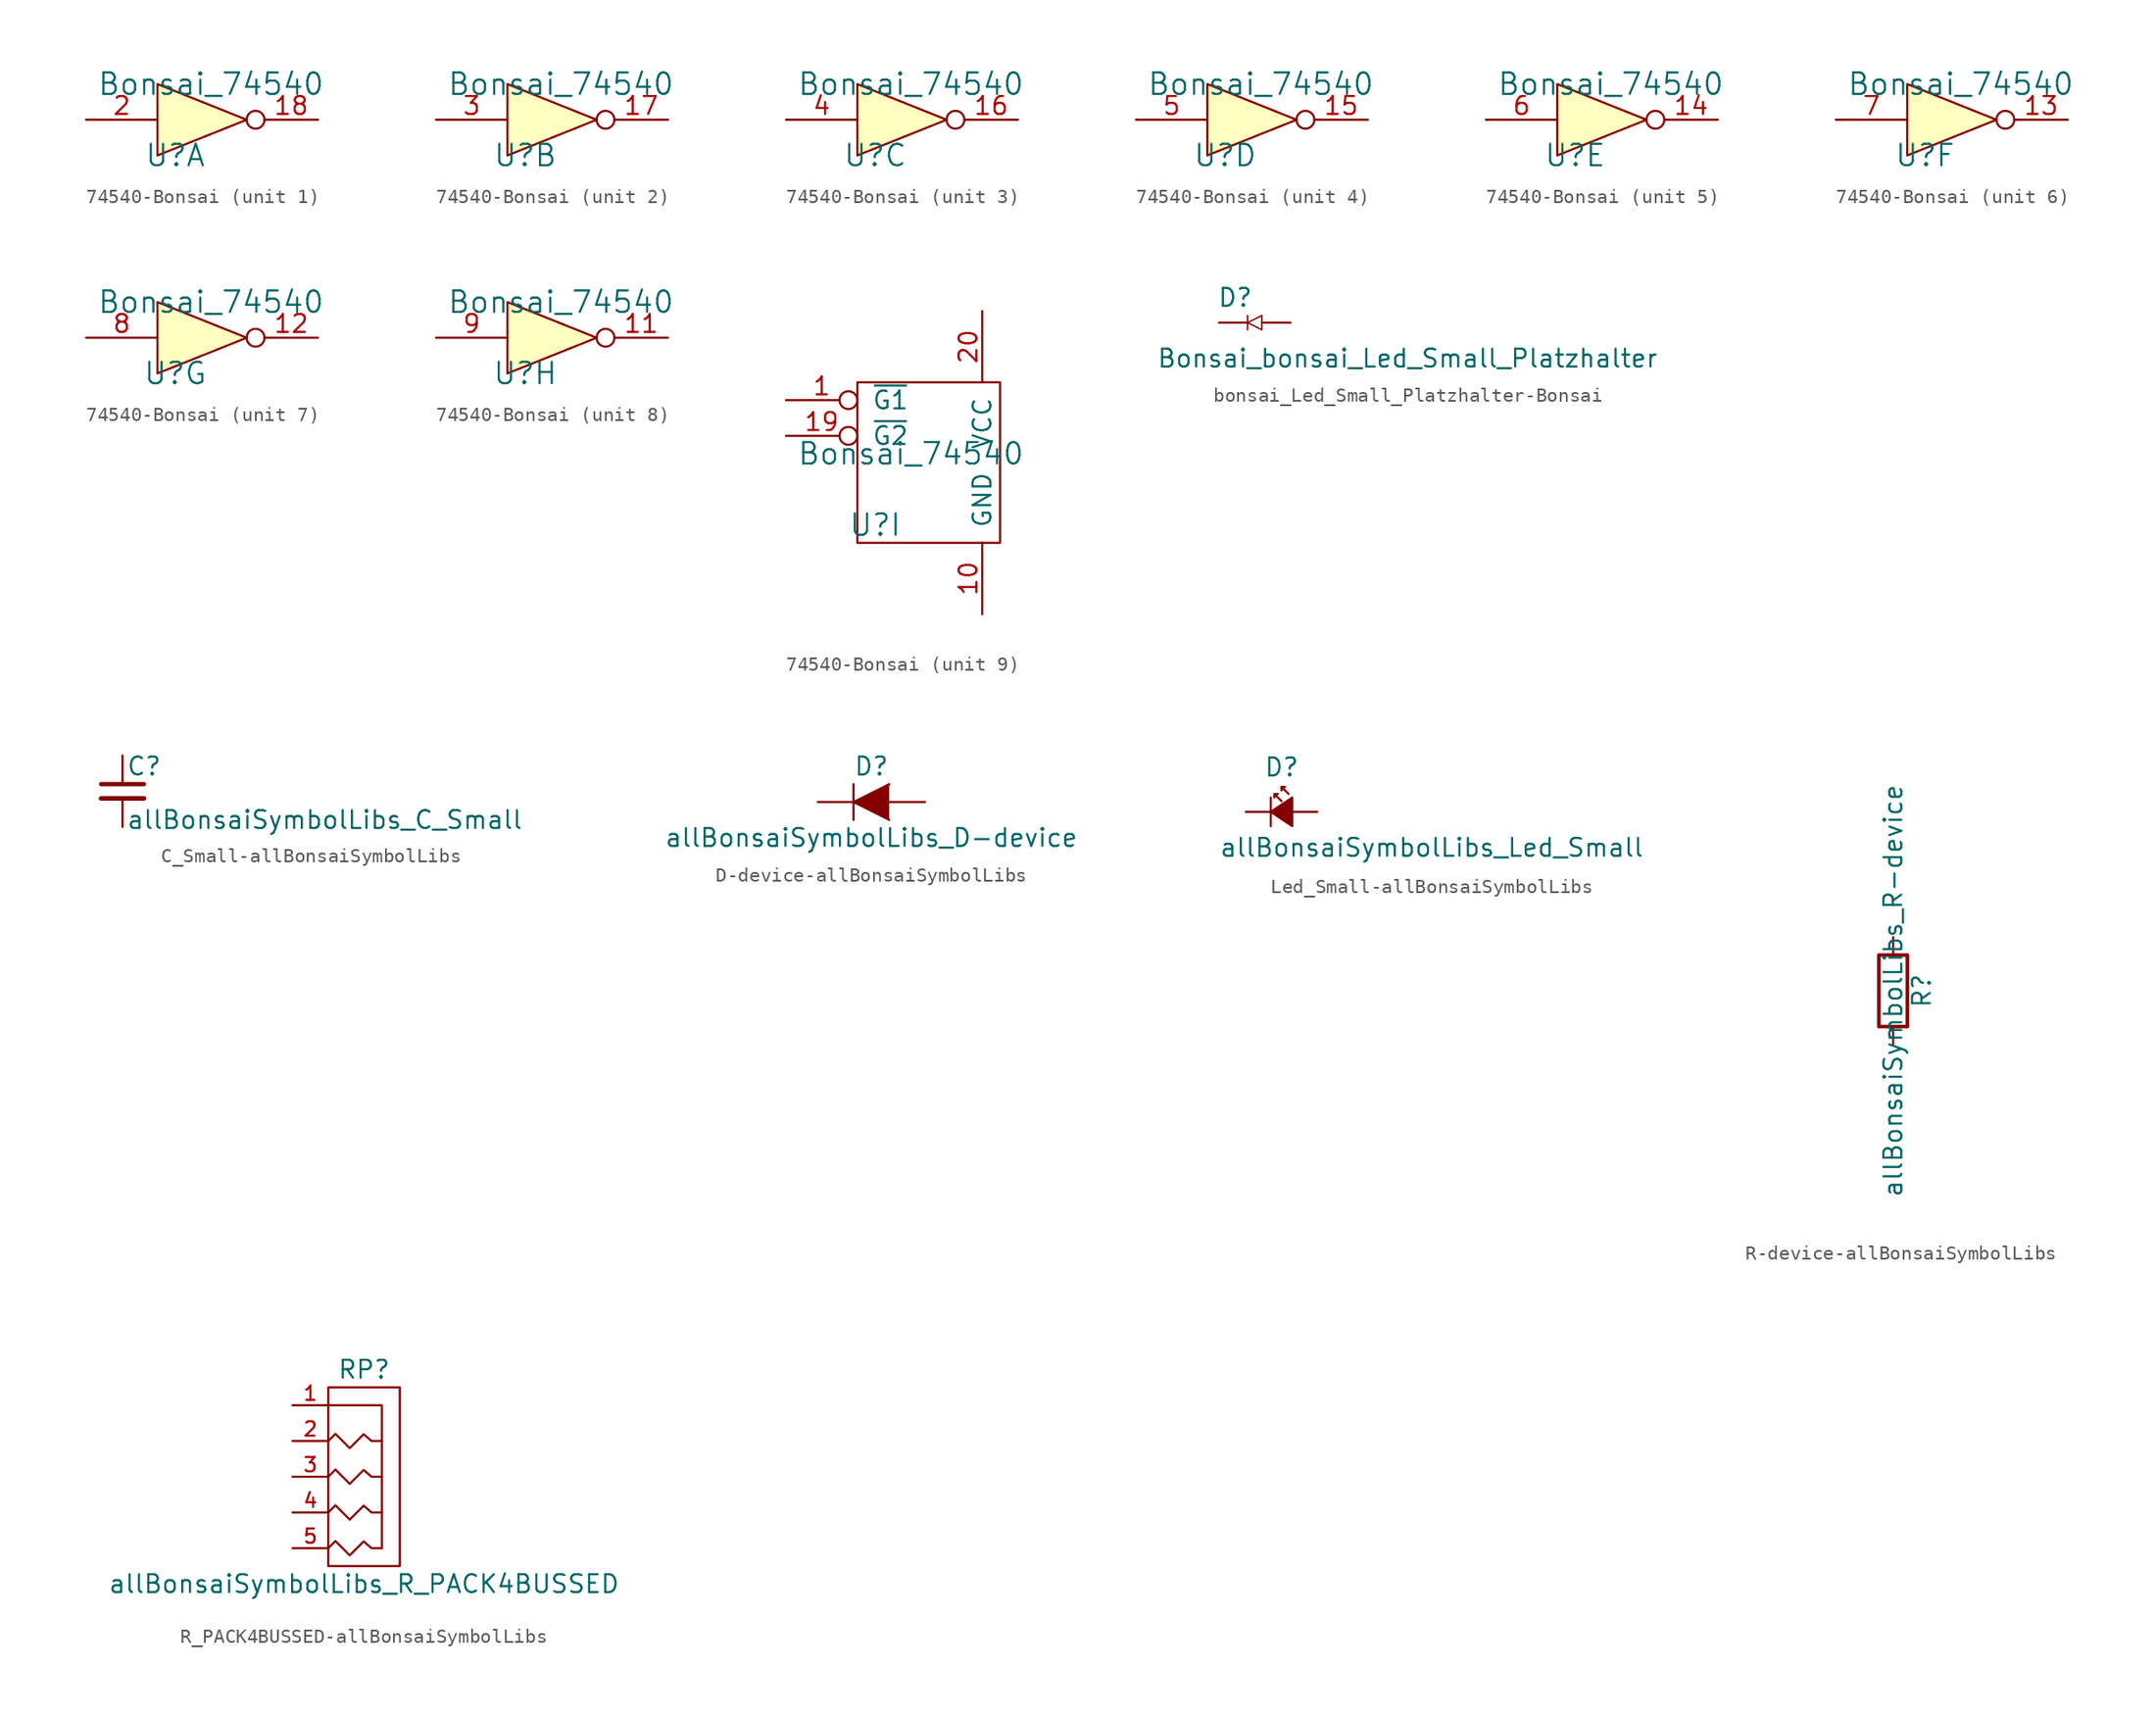
<source format=kicad_sym>
(kicad_symbol_lib
  (version 20220914)
  (generator kicad_symbol_editor)
  (symbol "74540-Bonsai"
    (pin_names
      (offset 1.016))
    (property "Reference" "U"
      (at -2.54 -2.54 0)
      (effects (font (size 1.524 1.524))))
    (property "Value" "Bonsai_74540"
      (at 0 2.54 0)
      (effects (font (size 1.524 1.524))))
    (property "ki_locked" ""
      (at 0 0 0)
      (effects (font (size 1.27 1.27))))
    (symbol "74540-Bonsai_1_1"
      (polyline (pts (xy -3.81 2.54) (xy -3.81 -2.54) (xy 2.54 0) (xy -3.81 2.54)) (stroke (width 0) (type solid)) (fill (type background)))
      (circle (center 3.175 0) (radius 0.635) (stroke (width 0) (type solid)) (fill (type none)))
      (pin output line (at 7.62 0 180) (length 3.81) (name "~" (effects (font (size 1.27 1.27)))) (number "18" (effects (font (size 1.27 1.27)))))
      (pin input line (at -8.89 0 0) (length 5.08) (name "~" (effects (font (size 1.27 1.27)))) (number "2" (effects (font (size 1.27 1.27))))))
    (symbol "74540-Bonsai_2_1"
      (polyline (pts (xy -3.81 2.54) (xy -3.81 -2.54) (xy 2.54 0) (xy -3.81 2.54)) (stroke (width 0) (type solid)) (fill (type background)))
      (circle (center 3.175 0) (radius 0.635) (stroke (width 0) (type solid)) (fill (type none)))
      (pin output line (at 7.62 0 180) (length 3.81) (name "~" (effects (font (size 1.27 1.27)))) (number "17" (effects (font (size 1.27 1.27)))))
      (pin input line (at -8.89 0 0) (length 5.08) (name "~" (effects (font (size 1.27 1.27)))) (number "3" (effects (font (size 1.27 1.27))))))
    (symbol "74540-Bonsai_3_1"
      (polyline (pts (xy -3.81 2.54) (xy -3.81 -2.54) (xy 2.54 0) (xy -3.81 2.54)) (stroke (width 0) (type solid)) (fill (type background)))
      (circle (center 3.175 0) (radius 0.635) (stroke (width 0) (type solid)) (fill (type none)))
      (pin output line (at 7.62 0 180) (length 3.81) (name "~" (effects (font (size 1.27 1.27)))) (number "16" (effects (font (size 1.27 1.27)))))
      (pin input line (at -8.89 0 0) (length 5.08) (name "~" (effects (font (size 1.27 1.27)))) (number "4" (effects (font (size 1.27 1.27))))))
    (symbol "74540-Bonsai_4_1"
      (polyline (pts (xy -3.81 2.54) (xy -3.81 -2.54) (xy 2.54 0) (xy -3.81 2.54)) (stroke (width 0) (type solid)) (fill (type background)))
      (circle (center 3.175 0) (radius 0.635) (stroke (width 0) (type solid)) (fill (type none)))
      (pin output line (at 7.62 0 180) (length 3.81) (name "~" (effects (font (size 1.27 1.27)))) (number "15" (effects (font (size 1.27 1.27)))))
      (pin input line (at -8.89 0 0) (length 5.08) (name "~" (effects (font (size 1.27 1.27)))) (number "5" (effects (font (size 1.27 1.27))))))
    (symbol "74540-Bonsai_5_1"
      (polyline (pts (xy -3.81 2.54) (xy -3.81 -2.54) (xy 2.54 0) (xy -3.81 2.54)) (stroke (width 0) (type solid)) (fill (type background)))
      (circle (center 3.175 0) (radius 0.635) (stroke (width 0) (type solid)) (fill (type none)))
      (pin output line (at 7.62 0 180) (length 3.81) (name "~" (effects (font (size 1.27 1.27)))) (number "14" (effects (font (size 1.27 1.27)))))
      (pin input line (at -8.89 0 0) (length 5.08) (name "~" (effects (font (size 1.27 1.27)))) (number "6" (effects (font (size 1.27 1.27))))))
    (symbol "74540-Bonsai_6_1"
      (polyline (pts (xy -3.81 2.54) (xy -3.81 -2.54) (xy 2.54 0) (xy -3.81 2.54)) (stroke (width 0) (type solid)) (fill (type background)))
      (circle (center 3.175 0) (radius 0.635) (stroke (width 0) (type solid)) (fill (type none)))
      (pin output line (at 7.62 0 180) (length 3.81) (name "~" (effects (font (size 1.27 1.27)))) (number "13" (effects (font (size 1.27 1.27)))))
      (pin input line (at -8.89 0 0) (length 5.08) (name "~" (effects (font (size 1.27 1.27)))) (number "7" (effects (font (size 1.27 1.27))))))
    (symbol "74540-Bonsai_7_1"
      (polyline (pts (xy -3.81 2.54) (xy -3.81 -2.54) (xy 2.54 0) (xy -3.81 2.54)) (stroke (width 0) (type solid)) (fill (type background)))
      (circle (center 3.175 0) (radius 0.635) (stroke (width 0) (type solid)) (fill (type none)))
      (pin output line (at 7.62 0 180) (length 3.81) (name "~" (effects (font (size 1.27 1.27)))) (number "12" (effects (font (size 1.27 1.27)))))
      (pin input line (at -8.89 0 0) (length 5.08) (name "~" (effects (font (size 1.27 1.27)))) (number "8" (effects (font (size 1.27 1.27))))))
    (symbol "74540-Bonsai_8_1"
      (polyline (pts (xy -3.81 2.54) (xy -3.81 -2.54) (xy 2.54 0) (xy -3.81 2.54)) (stroke (width 0) (type solid)) (fill (type background)))
      (circle (center 3.175 0) (radius 0.635) (stroke (width 0) (type solid)) (fill (type none)))
      (pin output line (at 7.62 0 180) (length 3.81) (name "~" (effects (font (size 1.27 1.27)))) (number "11" (effects (font (size 1.27 1.27)))))
      (pin input line (at -8.89 0 0) (length 5.08) (name "~" (effects (font (size 1.27 1.27)))) (number "9" (effects (font (size 1.27 1.27))))))
    (symbol "74540-Bonsai_9_0"
      (pin input inverted (at -8.89 6.35 0) (length 5.08) (name "~{G1}" (effects (font (size 1.27 1.27)))) (number "1" (effects (font (size 1.27 1.27)))))
      (pin power_in line (at 5.08 -8.89 90) (length 5.08) (name "GND" (effects (font (size 1.27 1.27)))) (number "10" (effects (font (size 1.27 1.27)))))
      (pin input inverted (at -8.89 3.81 0) (length 5.08) (name "~{G2}" (effects (font (size 1.27 1.27)))) (number "19" (effects (font (size 1.27 1.27)))))
      (pin power_in line (at 5.08 12.7 270) (length 5.08) (name "VCC" (effects (font (size 1.27 1.27)))) (number "20" (effects (font (size 1.27 1.27))))))
    (symbol "74540-Bonsai_9_1"
      (polyline (pts (xy -3.81 7.62) (xy 6.35 7.62) (xy 6.35 -3.81) (xy -3.81 -3.81) (xy -3.81 7.62)) (stroke (width 0) (type solid)) (fill (type none)))))
  (symbol "bonsai_Led_Small_Platzhalter-Bonsai"
    (pin_numbers hide)
    (pin_names
      (offset 0.254) hide)
    (property "Reference" "D"
      (at -0.127 1.778 0)
      (effects (font (size 1.27 1.27)) (justify left)))
    (property "Value" "Bonsai_bonsai_Led_Small_Platzhalter"
      (at -4.445 -2.54 0)
      (effects (font (size 1.27 1.27)) (justify left)))
    (property "Footprint" ""
      (at 3.937 0 90)
      (effects (font (size 1.524 1.524))))
    (property "Datasheet" ""
      (at 3.937 0 90)
      (effects (font (size 1.524 1.524))))
    (symbol "bonsai_Led_Small_Platzhalter-Bonsai_0_1"
      (polyline (pts (xy 2.032 0.508) (xy 2.032 -0.508)) (stroke (width 0.102) (type solid)) (fill (type none)))
      (polyline (pts (xy 2.032 0) (xy 3.048 0.508) (xy 3.048 -0.508) (xy 2.032 0)) (stroke (width 0.102) (type solid)) (fill (type none))))
    (symbol "bonsai_Led_Small_Platzhalter-Bonsai_1_1"
      (pin passive line (at 0 0 0) (length 2.032) (name "K" (effects (font (size 1.016 1.016)))) (number "1" (effects (font (size 1.016 1.016)))))
      (pin passive line (at 5.08 0 180) (length 2.032) (name "A" (effects (font (size 1.016 1.016)))) (number "2" (effects (font (size 1.016 1.016)))))))
  (symbol "C_Small-allBonsaiSymbolLibs"
    (pin_numbers hide)
    (pin_names
      (offset 0.254) hide)
    (property "Reference" "C"
      (at 0.254 1.778 0)
      (effects (font (size 1.27 1.27)) (justify left)))
    (property "Value" "allBonsaiSymbolLibs_C_Small"
      (at 0.254 -2.032 0)
      (effects (font (size 1.27 1.27)) (justify left)))
    (property "Footprint" ""
      (at 0 0 0)
      (effects (font (size 1.524 1.524))))
    (property "Datasheet" ""
      (at 0 0 0)
      (effects (font (size 1.524 1.524))))
    (symbol "C_Small-allBonsaiSymbolLibs_0_1"
      (polyline (pts (xy -1.524 -0.508) (xy 1.524 -0.508)) (stroke (width 0.33) (type solid)) (fill (type none)))
      (polyline (pts (xy -1.524 0.508) (xy 1.524 0.508)) (stroke (width 0.305) (type solid)) (fill (type none))))
    (symbol "C_Small-allBonsaiSymbolLibs_1_1"
      (pin passive line (at 0 2.54 270) (length 1.905) (name "~" (effects (font (size 1.016 1.016)))) (number "1" (effects (font (size 1.016 1.016)))))
      (pin passive line (at 0 -2.54 90) (length 2.032) (name "~" (effects (font (size 1.016 1.016)))) (number "2" (effects (font (size 1.016 1.016)))))))
  (symbol "D-device-allBonsaiSymbolLibs"
    (pin_numbers hide)
    (pin_names
      (offset 1.016) hide)
    (property "Reference" "D"
      (at 0 2.54 0)
      (effects (font (size 1.27 1.27))))
    (property "Value" "allBonsaiSymbolLibs_D-device"
      (at 0 -2.54 0)
      (effects (font (size 1.27 1.27))))
    (property "Footprint" ""
      (at 0 0 0)
      (effects (font (size 1.27 1.27))))
    (property "Datasheet" ""
      (at 0 0 0)
      (effects (font (size 1.27 1.27))))
    (symbol "D-device-allBonsaiSymbolLibs_0_1"
      (polyline (pts (xy -1.27 1.27) (xy -1.27 -1.27)) (stroke (width 0.152) (type solid)) (fill (type none)))
      (polyline (pts (xy 1.27 1.27) (xy -1.27 0) (xy 1.27 -1.27)) (stroke (width 0) (type solid)) (fill (type outline))))
    (symbol "D-device-allBonsaiSymbolLibs_1_1"
      (pin passive line (at -3.81 0 0) (length 2.54) (name "K" (effects (font (size 1.27 1.27)))) (number "1" (effects (font (size 1.27 1.27)))))
      (pin passive line (at 3.81 0 180) (length 2.54) (name "A" (effects (font (size 1.27 1.27)))) (number "2" (effects (font (size 1.27 1.27)))))))
  (symbol "Led_Small-allBonsaiSymbolLibs"
    (pin_numbers hide)
    (pin_names
      (offset 0.254) hide)
    (property "Reference" "D"
      (at -1.27 3.175 0)
      (effects (font (size 1.27 1.27)) (justify left)))
    (property "Value" "allBonsaiSymbolLibs_Led_Small"
      (at -4.445 -2.54 0)
      (effects (font (size 1.27 1.27)) (justify left)))
    (property "Footprint" ""
      (at 0 0 90)
      (effects (font (size 1.524 1.524))))
    (property "Datasheet" ""
      (at 0 0 90)
      (effects (font (size 1.524 1.524))))
    (symbol "Led_Small-allBonsaiSymbolLibs_0_1"
      (polyline (pts (xy -0.762 -1.016) (xy -0.762 1.016)) (stroke (width 0) (type solid)) (fill (type none)))
      (polyline (pts (xy 0.762 -1.016) (xy -0.762 0) (xy 0.762 1.016) (xy 0.762 -1.016)) (stroke (width 0) (type solid)) (fill (type outline)))
      (polyline (pts (xy 0 0.762) (xy -0.508 1.27) (xy -0.254 1.27) (xy -0.508 1.27) (xy -0.508 1.016)) (stroke (width 0) (type solid)) (fill (type none)))
      (polyline (pts (xy 0.508 1.27) (xy 0 1.778) (xy 0.254 1.778) (xy 0 1.778) (xy 0 1.524)) (stroke (width 0) (type solid)) (fill (type none))))
    (symbol "Led_Small-allBonsaiSymbolLibs_1_1"
      (pin passive line (at -2.54 0 0) (length 1.778) (name "K" (effects (font (size 1.016 1.016)))) (number "1" (effects (font (size 1.016 1.016)))))
      (pin passive line (at 2.54 0 180) (length 1.778) (name "A" (effects (font (size 1.016 1.016)))) (number "2" (effects (font (size 1.016 1.016)))))))
  (symbol "R-device-allBonsaiSymbolLibs"
    (pin_numbers hide)
    (pin_names
      (offset 0))
    (property "Reference" "R"
      (at 2.032 0 90)
      (effects (font (size 1.27 1.27))))
    (property "Value" "allBonsaiSymbolLibs_R-device"
      (at 0 0 90)
      (effects (font (size 1.27 1.27))))
    (property "Footprint" ""
      (at -1.778 0 90)
      (effects (font (size 1.27 1.27))))
    (property "Datasheet" ""
      (at 0 0 0)
      (effects (font (size 1.27 1.27))))
    (symbol "R-device-allBonsaiSymbolLibs_0_1"
      (rectangle (start -1.016 -2.54) (end 1.016 2.54) (stroke (width 0.254) (type solid)) (fill (type none))))
    (symbol "R-device-allBonsaiSymbolLibs_1_1"
      (pin passive line (at 0 3.81 270) (length 1.27) (name "~" (effects (font (size 1.27 1.27)))) (number "1" (effects (font (size 1.27 1.27)))))
      (pin passive line (at 0 -3.81 90) (length 1.27) (name "~" (effects (font (size 1.27 1.27)))) (number "2" (effects (font (size 1.27 1.27)))))))
  (symbol "R_PACK4BUSSED-allBonsaiSymbolLibs"
    (pin_names hide)
    (property "Reference" "RP"
      (at 0 7.62 0)
      (effects (font (size 1.27 1.27))))
    (property "Value" "allBonsaiSymbolLibs_R_PACK4BUSSED"
      (at 0 -7.62 0)
      (effects (font (size 1.27 1.27))))
    (property "Footprint" ""
      (at 0 -3.81 0)
      (effects (font (size 1.524 1.524))))
    (property "Datasheet" ""
      (at 0 -3.81 0)
      (effects (font (size 1.524 1.524))))
    (symbol "R_PACK4BUSSED-allBonsaiSymbolLibs_0_1"
      (rectangle (start -2.54 6.35) (end 2.54 -6.35) (stroke (width 0) (type solid)) (fill (type none)))
      (polyline (pts (xy -2.54 5.08) (xy 1.27 5.08) (xy 1.27 -5.08)) (stroke (width 0) (type solid)) (fill (type none)))
      (polyline (pts (xy -2.54 -5.08) (xy -2.032 -4.572) (xy -1.016 -5.588) (xy -0.025 -4.597) (xy 0.533 -5.08) (xy 1.27 -5.08)) (stroke (width 0) (type solid)) (fill (type none)))
      (polyline (pts (xy -2.54 -2.54) (xy -2.032 -2.032) (xy -1.016 -3.048) (xy -0.025 -2.057) (xy 0.533 -2.54) (xy 1.27 -2.54)) (stroke (width 0) (type solid)) (fill (type none)))
      (polyline (pts (xy -2.54 0) (xy -2.032 0.508) (xy -1.016 -0.508) (xy -0.025 0.483) (xy 0.533 0) (xy 1.27 0)) (stroke (width 0) (type solid)) (fill (type none)))
      (polyline (pts (xy -2.54 2.54) (xy -2.032 3.048) (xy -1.016 2.032) (xy -0.025 3.023) (xy 0.533 2.54) (xy 1.27 2.54)) (stroke (width 0) (type solid)) (fill (type none))))
    (symbol "R_PACK4BUSSED-allBonsaiSymbolLibs_1_1"
      (pin passive line (at -5.08 5.08 0) (length 2.54) (name "P1" (effects (font (size 1.016 1.016)))) (number "1" (effects (font (size 1.016 1.016)))))
      (pin passive line (at -5.08 2.54 0) (length 2.54) (name "P2" (effects (font (size 1.016 1.016)))) (number "2" (effects (font (size 1.016 1.016)))))
      (pin passive line (at -5.08 0 0) (length 2.54) (name "P3" (effects (font (size 1.016 1.016)))) (number "3" (effects (font (size 1.016 1.016)))))
      (pin passive line (at -5.08 -2.54 0) (length 2.54) (name "P4" (effects (font (size 1.016 1.016)))) (number "4" (effects (font (size 1.016 1.016)))))
      (pin passive line (at -5.08 -5.08 0) (length 2.54) (name "P5" (effects (font (size 1.016 1.016)))) (number "5" (effects (font (size 1.016 1.016))))))))
</source>
